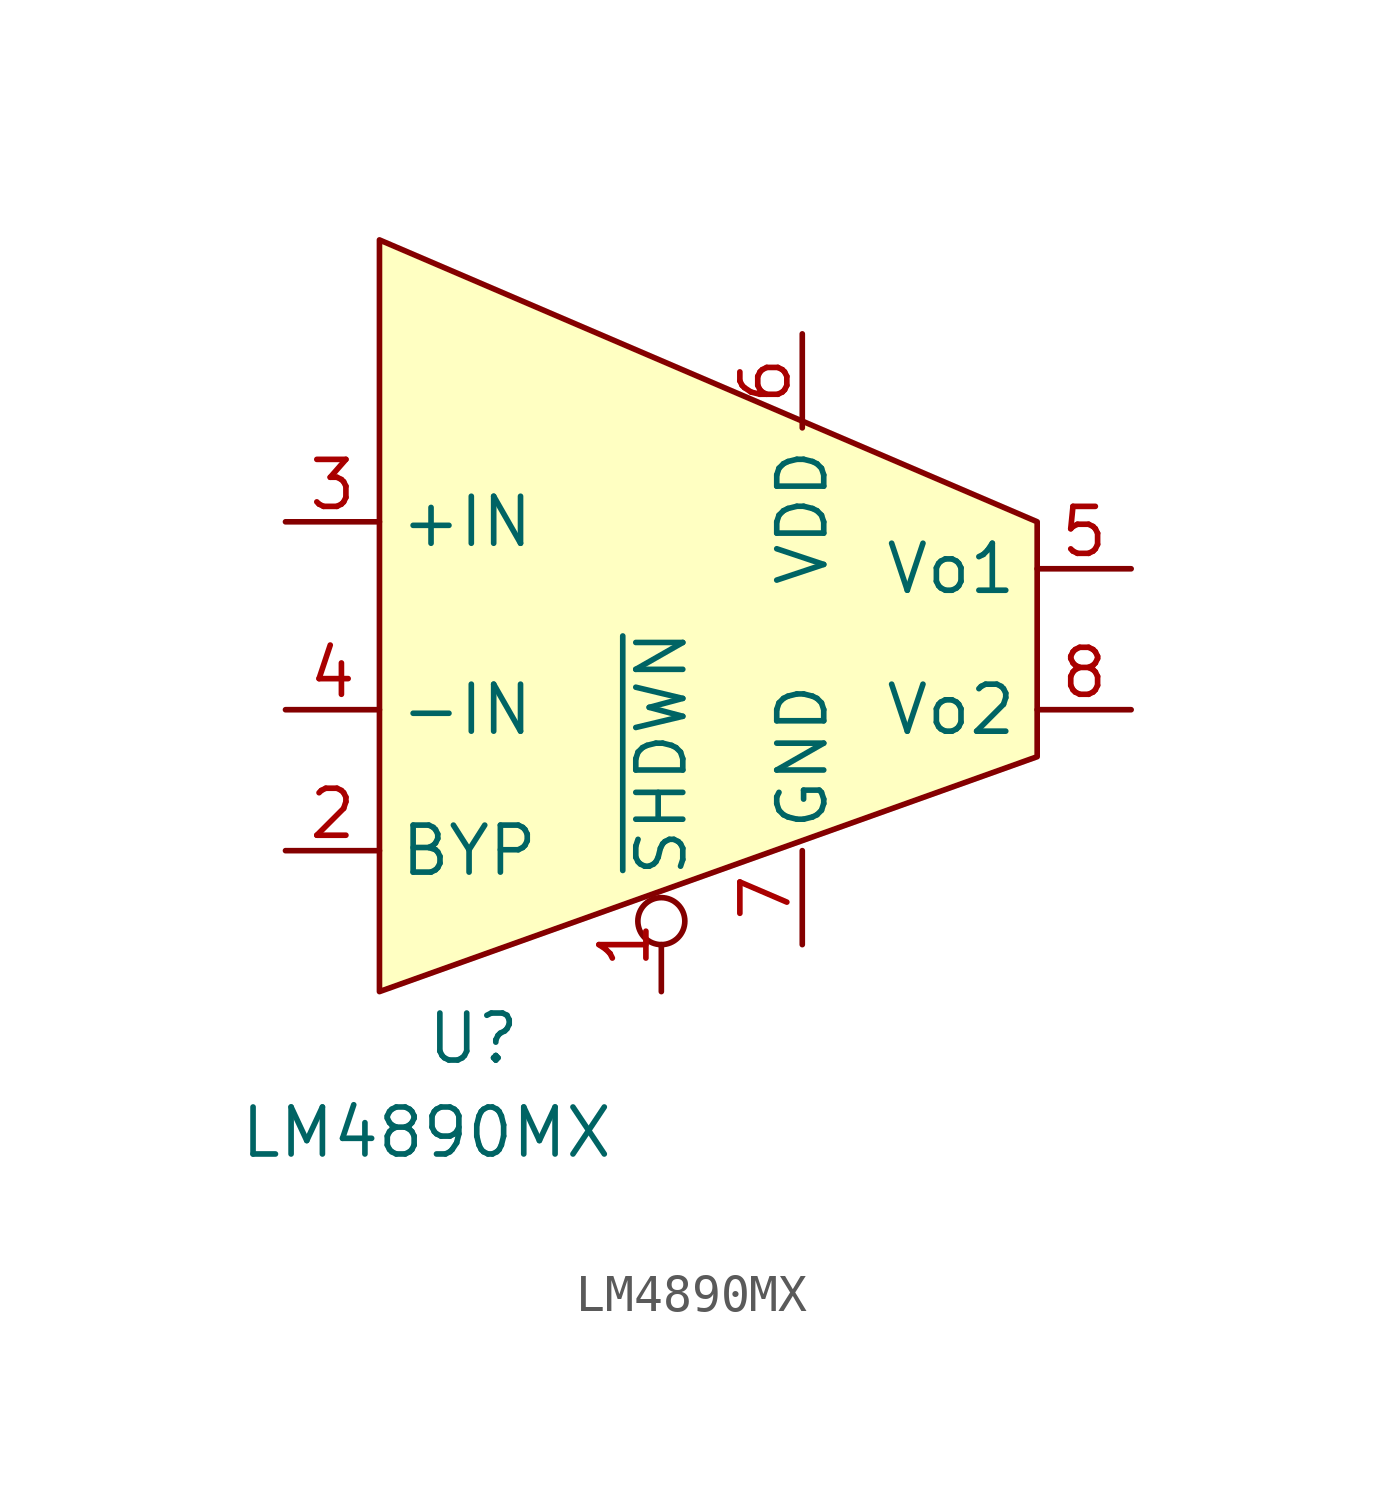
<source format=kicad_sym>
(kicad_symbol_lib
  (version 20211014)
  (generator kicad_symbol_editor)
  (symbol "LM4890MX"
    (property "Reference" "U"
      (at -7.62 -11.43 0)
      (effects (font (size 1.27 1.27))))
    (property "Value" "LM4890MX"
      (at -8.89 -13.97 0)
      (effects (font (size 1.27 1.27))))
    (symbol "LM4890MX_0_1"
      (polyline (pts (xy 7.62 2.54) (xy 7.62 -3.81) (xy -10.16 -10.16) (xy -10.16 10.16) (xy 7.62 2.54)) (stroke (width 0) (type default) (color 0 0 0 0)) (fill (type background))))
    (symbol "LM4890MX_1_1"
      (pin input inverted (at -2.54 -10.16 90) (length 2.54) (name "~{SHDWN}" (effects (font (size 1.27 1.27)))) (number "1" (effects (font (size 1.27 1.27)))))
      (pin input line (at -12.7 -6.35 0) (length 2.54) (name "BYP" (effects (font (size 1.27 1.27)))) (number "2" (effects (font (size 1.27 1.27)))))
      (pin input line (at -12.7 2.54 0) (length 2.54) (name "+IN" (effects (font (size 1.27 1.27)))) (number "3" (effects (font (size 1.27 1.27)))))
      (pin input line (at -12.7 -2.54 0) (length 2.54) (name "-IN" (effects (font (size 1.27 1.27)))) (number "4" (effects (font (size 1.27 1.27)))))
      (pin output line (at 10.16 1.27 180) (length 2.54) (name "Vo1" (effects (font (size 1.27 1.27)))) (number "5" (effects (font (size 1.27 1.27)))))
      (pin power_in line (at 1.27 7.62 270) (length 2.54) (name "VDD" (effects (font (size 1.27 1.27)))) (number "6" (effects (font (size 1.27 1.27)))))
      (pin power_in line (at 1.27 -8.89 90) (length 2.54) (name "GND" (effects (font (size 1.27 1.27)))) (number "7" (effects (font (size 1.27 1.27)))))
      (pin output line (at 10.16 -2.54 180) (length 2.54) (name "Vo2" (effects (font (size 1.27 1.27)))) (number "8" (effects (font (size 1.27 1.27))))))))
</source>
